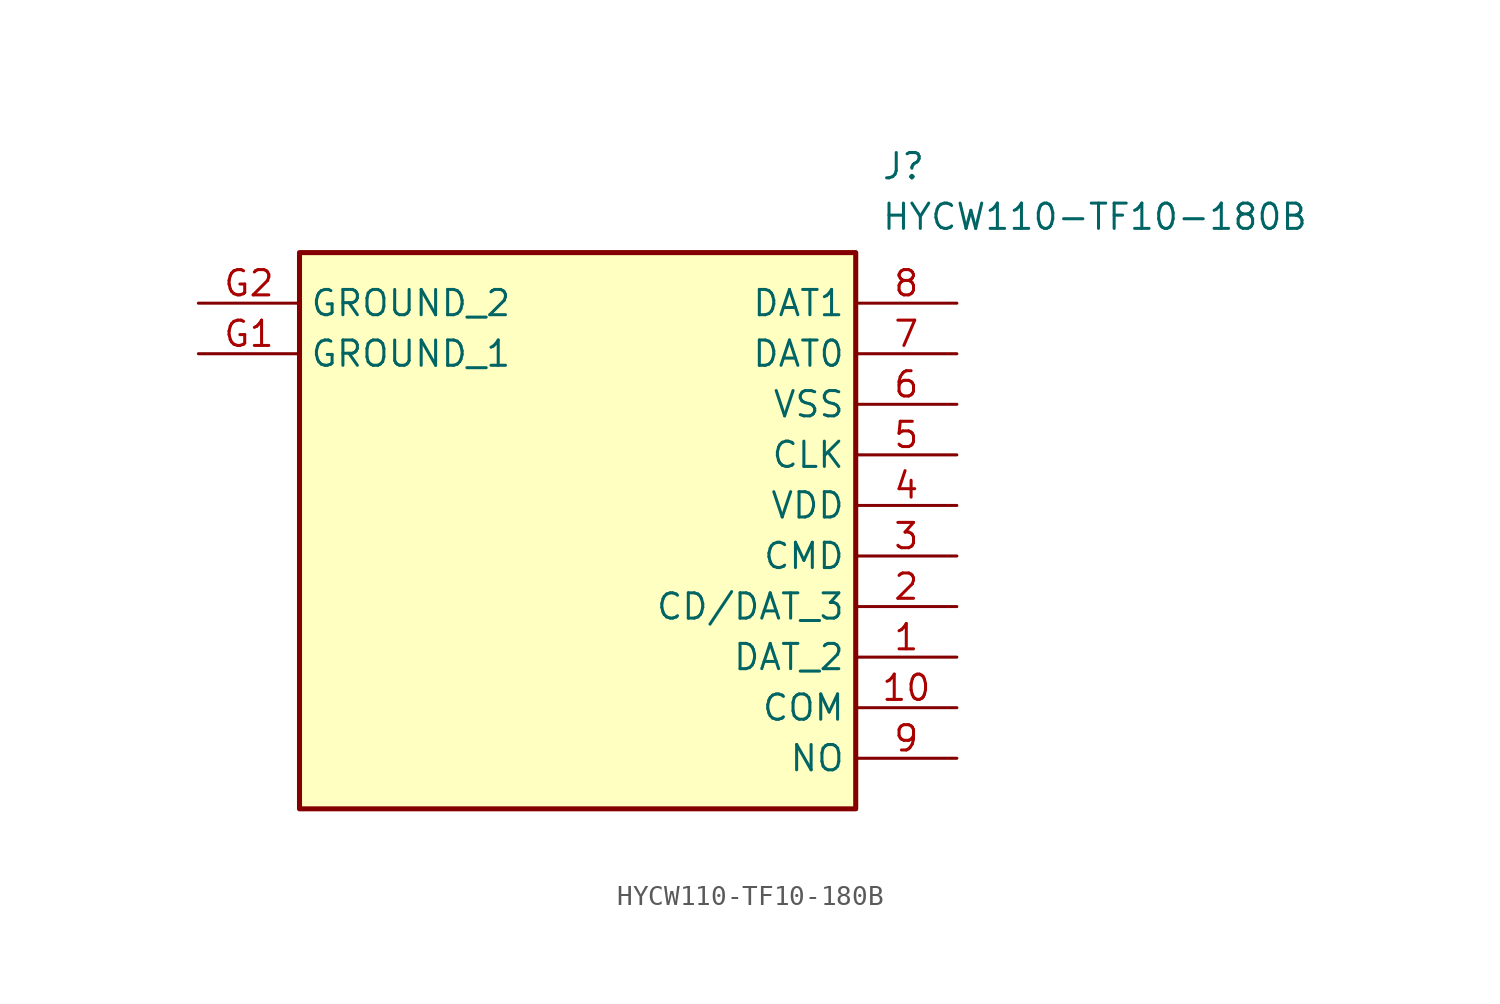
<source format=kicad_sym>
(kicad_symbol_lib
  (version 20211014)
  (generator SamacSys_ECAD_Model)
  (symbol "HYCW110-TF10-180B"
    (property "Reference" "J"
      (at 34.29 7.62 0)
      (effects (font (size 1.27 1.27)) (justify left top)))
    (property "Value" "HYCW110-TF10-180B"
      (at 34.29 5.08 0)
      (effects (font (size 1.27 1.27)) (justify left top)))
    (rectangle
      (start 5.08 2.54)
      (end 33.02 -25.4)
      (stroke (width 0.254) (type default))
      (fill (type background)))
    (pin passive line
      (at 38.1 -17.78 180)
      (length 5.08)
      (name "DAT_2" (effects (font (size 1.27 1.27))))
      (number "1" (effects (font (size 1.27 1.27)))))
    (pin passive line
      (at 38.1 -15.24 180)
      (length 5.08)
      (name "CD/DAT_3" (effects (font (size 1.27 1.27))))
      (number "2" (effects (font (size 1.27 1.27)))))
    (pin passive line
      (at 38.1 -12.7 180)
      (length 5.08)
      (name "CMD" (effects (font (size 1.27 1.27))))
      (number "3" (effects (font (size 1.27 1.27)))))
    (pin passive line
      (at 38.1 -10.16 180)
      (length 5.08)
      (name "VDD" (effects (font (size 1.27 1.27))))
      (number "4" (effects (font (size 1.27 1.27)))))
    (pin passive line
      (at 38.1 -7.62 180)
      (length 5.08)
      (name "CLK" (effects (font (size 1.27 1.27))))
      (number "5" (effects (font (size 1.27 1.27)))))
    (pin passive line
      (at 38.1 -5.08 180)
      (length 5.08)
      (name "VSS" (effects (font (size 1.27 1.27))))
      (number "6" (effects (font (size 1.27 1.27)))))
    (pin passive line
      (at 38.1 -2.54 180)
      (length 5.08)
      (name "DAT0" (effects (font (size 1.27 1.27))))
      (number "7" (effects (font (size 1.27 1.27)))))
    (pin passive line
      (at 38.1 0 180)
      (length 5.08)
      (name "DAT1" (effects (font (size 1.27 1.27))))
      (number "8" (effects (font (size 1.27 1.27)))))
    (pin passive line
      (at 38.1 -22.86 180)
      (length 5.08)
      (name "NO" (effects (font (size 1.27 1.27))))
      (number "9" (effects (font (size 1.27 1.27)))))
    (pin passive line
      (at 38.1 -20.32 180)
      (length 5.08)
      (name "COM" (effects (font (size 1.27 1.27))))
      (number "10" (effects (font (size 1.27 1.27)))))
    (pin passive line
      (at 0 -2.54 0)
      (length 5.08)
      (name "GROUND_1" (effects (font (size 1.27 1.27))))
      (number "G1" (effects (font (size 1.27 1.27)))))
    (pin passive line
      (at 0 0 0)
      (length 5.08)
      (name "GROUND_2" (effects (font (size 1.27 1.27))))
      (number "G2" (effects (font (size 1.27 1.27)))))))
</source>
